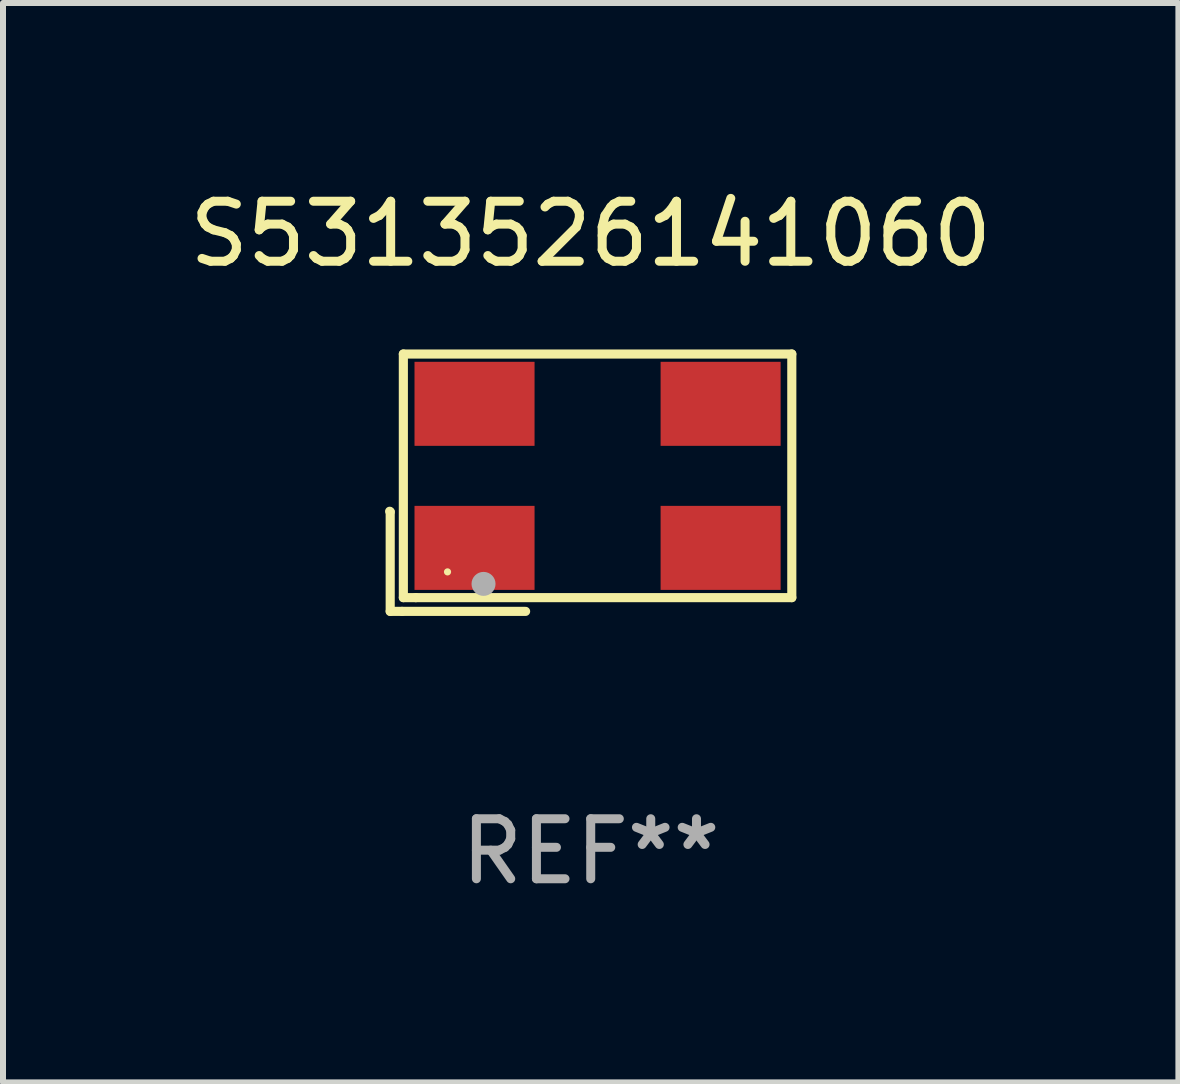
<source format=kicad_pcb>
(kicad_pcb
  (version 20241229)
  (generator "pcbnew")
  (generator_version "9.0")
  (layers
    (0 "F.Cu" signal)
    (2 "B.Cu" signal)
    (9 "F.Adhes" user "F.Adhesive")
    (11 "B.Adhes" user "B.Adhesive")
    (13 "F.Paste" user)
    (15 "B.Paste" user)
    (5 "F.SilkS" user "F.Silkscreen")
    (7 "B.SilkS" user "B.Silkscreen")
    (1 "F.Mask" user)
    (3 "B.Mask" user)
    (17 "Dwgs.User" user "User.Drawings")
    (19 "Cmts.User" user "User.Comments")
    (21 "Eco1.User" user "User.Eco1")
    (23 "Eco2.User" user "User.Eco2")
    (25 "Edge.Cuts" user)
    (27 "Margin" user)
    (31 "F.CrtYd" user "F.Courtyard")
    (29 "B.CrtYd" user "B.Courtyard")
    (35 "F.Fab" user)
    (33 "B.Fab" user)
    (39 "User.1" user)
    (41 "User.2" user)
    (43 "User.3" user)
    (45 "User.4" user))
  (footprint "S5313526141060"
    (layer "F.Cu")
    (at 6.792 4.992)
    (property "Reference" "S5313526141060" (at 0 -4.144 0) (layer "F.SilkS") (effects (font (size 1 1) (thickness 0.15))))
    (attr through_hole)
    (fp_line (start -3.35 0.476) (end -3.341 0.485) (stroke (width 0.152) (type solid)) (layer "F.SilkS"))
    (fp_line (start -3.341 0.485) (end -3.341 2.144) (stroke (width 0.152) (type solid)) (layer "F.SilkS"))
    (fp_line (start -3.341 2.144) (end -3.143 2.144) (stroke (width 0.152) (type solid)) (layer "F.SilkS"))
    (fp_line (start -3.143 2.144) (end -1.085 2.144) (stroke (width 0.152) (type solid)) (layer "F.SilkS"))
    (fp_line (start -3.122 -2.144) (end 3.35 -2.144) (stroke (width 0.152) (type solid)) (layer "F.SilkS"))
    (fp_line (start -3.122 1.915) (end -3.122 -2.144) (stroke (width 0.152) (type solid)) (layer "F.SilkS"))
    (fp_line (start -2.914 1.915) (end -3.122 1.915) (stroke (width 0.152) (type solid)) (layer "F.SilkS"))
    (fp_line (start 3.35 -2.144) (end 3.35 1.915) (stroke (width 0.152) (type solid)) (layer "F.SilkS"))
    (fp_line (start 3.35 1.915) (end -2.914 1.915) (stroke (width 0.152) (type solid)) (layer "F.SilkS"))
    (fp_circle (center -2.386 1.486) (end -2.356 1.486) (stroke (width 0.06) (type solid)) (fill no) (layer "F.SilkS"))
    (fp_circle (center -1.786 1.686) (end -1.686 1.686) (stroke (width 0.2) (type solid)) (fill no) (layer "F.Fab"))
    (fp_text user "REF**" (at 0 6.144 0) (layer "F.Fab") (effects (font (size 1 1) (thickness 0.15))))
    (pad "1" smd rect (at -1.936 1.086) (size 2 1.4) (layers "F.Cu" "F.Mask" "F.Paste"))
    (pad "2" smd rect (at 2.164 1.086) (size 2 1.4) (layers "F.Cu" "F.Mask" "F.Paste"))
    (pad "3" smd rect (at 2.164 -1.314) (size 2 1.4) (layers "F.Cu" "F.Mask" "F.Paste"))
    (pad "4" smd rect (at -1.936 -1.314) (size 2 1.4) (layers "F.Cu" "F.Mask" "F.Paste")))
  (gr_rect
    (start -3 -3)
    (end 16.583 14.984)
    (stroke (width 0.1) (type default))
    (fill no)
    (layer "Edge.Cuts")))
</source>
